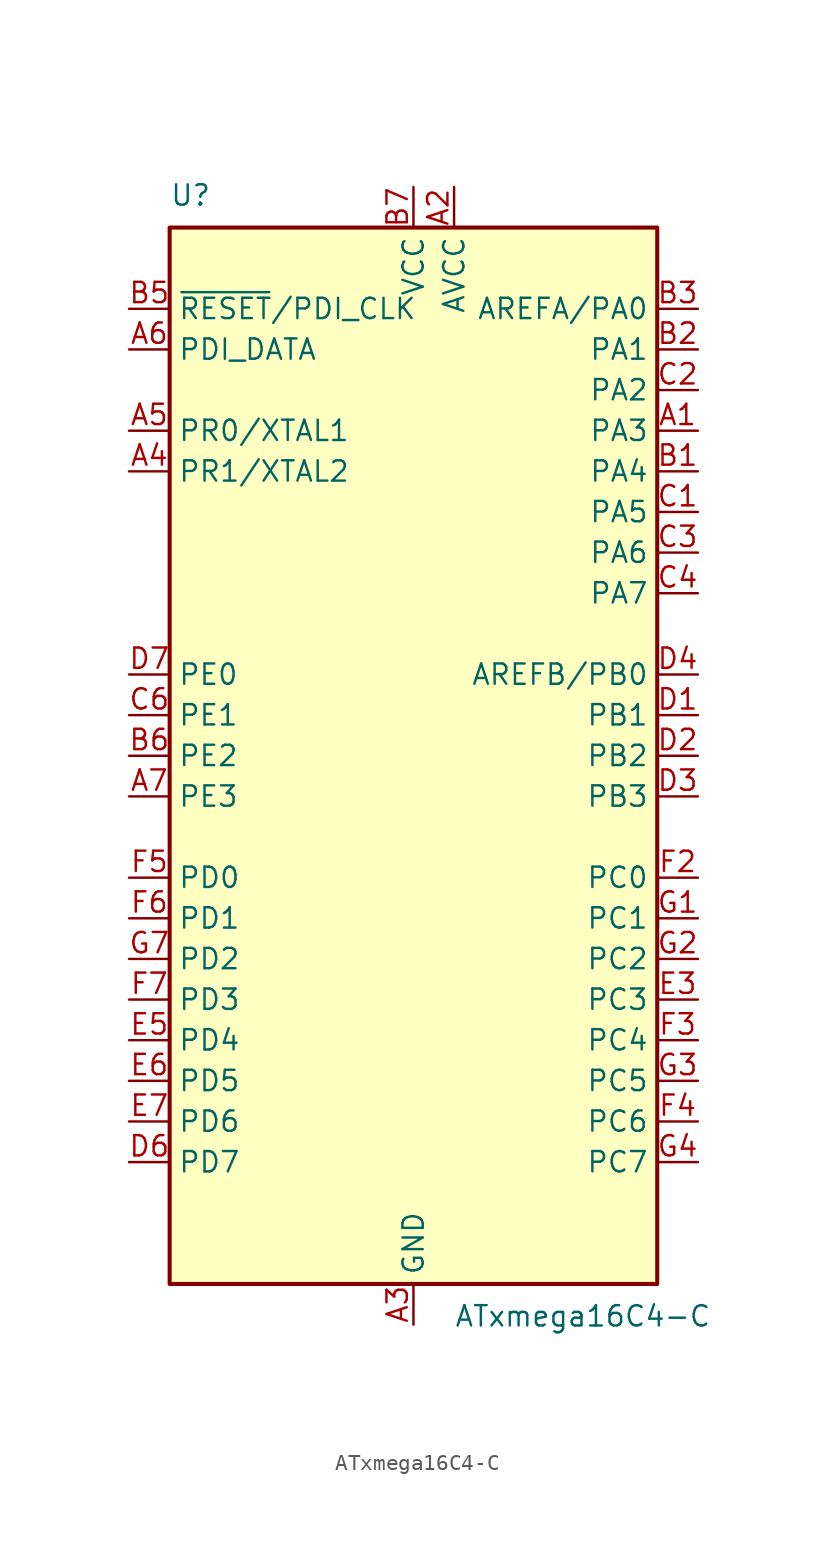
<source format=kicad_sym>
(kicad_symbol_lib
  (version 20220914)
  (generator kicad_symbol_editor)
  (symbol "ATxmega16C4-C"
    (property "Reference" "U"
      (at -15.24 34.29 0)
      (effects (font (size 1.27 1.27)) (justify left bottom)))
    (property "Value" "ATxmega16C4-C"
      (at 2.54 -34.29 0)
      (effects (font (size 1.27 1.27)) (justify left top)))
    (symbol "ATxmega16C4-C_0_1"
      (rectangle (start -15.24 -33.02) (end 15.24 33.02) (stroke (width 0.254) (type default)) (fill (type background))))
    (symbol "ATxmega16C4-C_1_1"
      (pin bidirectional line (at 17.78 20.32 180) (length 2.54) (name "PA3" (effects (font (size 1.27 1.27)))) (number "A1" (effects (font (size 1.27 1.27)))))
      (pin power_in line (at 2.54 35.56 270) (length 2.54) (name "AVCC" (effects (font (size 1.27 1.27)))) (number "A2" (effects (font (size 1.27 1.27)))))
      (pin power_in line (at 0 -35.56 90) (length 2.54) (name "GND" (effects (font (size 1.27 1.27)))) (number "A3" (effects (font (size 1.27 1.27)))))
      (pin bidirectional line (at -17.78 17.78 0) (length 2.54) (name "PR1/XTAL2" (effects (font (size 1.27 1.27)))) (number "A4" (effects (font (size 1.27 1.27)))))
      (pin bidirectional line (at -17.78 20.32 0) (length 2.54) (name "PR0/XTAL1" (effects (font (size 1.27 1.27)))) (number "A5" (effects (font (size 1.27 1.27)))))
      (pin bidirectional line (at -17.78 25.4 0) (length 2.54) (name "PDI_DATA" (effects (font (size 1.27 1.27)))) (number "A6" (effects (font (size 1.27 1.27)))))
      (pin bidirectional line (at -17.78 -2.54 0) (length 2.54) (name "PE3" (effects (font (size 1.27 1.27)))) (number "A7" (effects (font (size 1.27 1.27)))))
      (pin bidirectional line (at 17.78 17.78 180) (length 2.54) (name "PA4" (effects (font (size 1.27 1.27)))) (number "B1" (effects (font (size 1.27 1.27)))))
      (pin bidirectional line (at 17.78 25.4 180) (length 2.54) (name "PA1" (effects (font (size 1.27 1.27)))) (number "B2" (effects (font (size 1.27 1.27)))))
      (pin bidirectional line (at 17.78 27.94 180) (length 2.54) (name "AREFA/PA0" (effects (font (size 1.27 1.27)))) (number "B3" (effects (font (size 1.27 1.27)))))
      (pin passive line (at 0 -35.56 90) (length 2.54) hide (name "GND" (effects (font (size 1.27 1.27)))) (number "B4" (effects (font (size 1.27 1.27)))))
      (pin input line (at -17.78 27.94 0) (length 2.54) (name "~{RESET}/PDI_CLK" (effects (font (size 1.27 1.27)))) (number "B5" (effects (font (size 1.27 1.27)))))
      (pin bidirectional line (at -17.78 0 0) (length 2.54) (name "PE2" (effects (font (size 1.27 1.27)))) (number "B6" (effects (font (size 1.27 1.27)))))
      (pin power_in line (at 0 35.56 270) (length 2.54) (name "VCC" (effects (font (size 1.27 1.27)))) (number "B7" (effects (font (size 1.27 1.27)))))
      (pin bidirectional line (at 17.78 15.24 180) (length 2.54) (name "PA5" (effects (font (size 1.27 1.27)))) (number "C1" (effects (font (size 1.27 1.27)))))
      (pin bidirectional line (at 17.78 22.86 180) (length 2.54) (name "PA2" (effects (font (size 1.27 1.27)))) (number "C2" (effects (font (size 1.27 1.27)))))
      (pin bidirectional line (at 17.78 12.7 180) (length 2.54) (name "PA6" (effects (font (size 1.27 1.27)))) (number "C3" (effects (font (size 1.27 1.27)))))
      (pin bidirectional line (at 17.78 10.16 180) (length 2.54) (name "PA7" (effects (font (size 1.27 1.27)))) (number "C4" (effects (font (size 1.27 1.27)))))
      (pin passive line (at 0 -35.56 90) (length 2.54) hide (name "GND" (effects (font (size 1.27 1.27)))) (number "C5" (effects (font (size 1.27 1.27)))))
      (pin bidirectional line (at -17.78 2.54 0) (length 2.54) (name "PE1" (effects (font (size 1.27 1.27)))) (number "C6" (effects (font (size 1.27 1.27)))))
      (pin passive line (at 0 -35.56 90) (length 2.54) hide (name "GND" (effects (font (size 1.27 1.27)))) (number "C7" (effects (font (size 1.27 1.27)))))
      (pin bidirectional line (at 17.78 2.54 180) (length 2.54) (name "PB1" (effects (font (size 1.27 1.27)))) (number "D1" (effects (font (size 1.27 1.27)))))
      (pin bidirectional line (at 17.78 0 180) (length 2.54) (name "PB2" (effects (font (size 1.27 1.27)))) (number "D2" (effects (font (size 1.27 1.27)))))
      (pin bidirectional line (at 17.78 -2.54 180) (length 2.54) (name "PB3" (effects (font (size 1.27 1.27)))) (number "D3" (effects (font (size 1.27 1.27)))))
      (pin bidirectional line (at 17.78 5.08 180) (length 2.54) (name "AREFB/PB0" (effects (font (size 1.27 1.27)))) (number "D4" (effects (font (size 1.27 1.27)))))
      (pin passive line (at 0 -35.56 90) (length 2.54) hide (name "GND" (effects (font (size 1.27 1.27)))) (number "D5" (effects (font (size 1.27 1.27)))))
      (pin bidirectional line (at -17.78 -25.4 0) (length 2.54) (name "PD7" (effects (font (size 1.27 1.27)))) (number "D6" (effects (font (size 1.27 1.27)))))
      (pin bidirectional line (at -17.78 5.08 0) (length 2.54) (name "PE0" (effects (font (size 1.27 1.27)))) (number "D7" (effects (font (size 1.27 1.27)))))
      (pin passive line (at 0 -35.56 90) (length 2.54) hide (name "GND" (effects (font (size 1.27 1.27)))) (number "E1" (effects (font (size 1.27 1.27)))))
      (pin passive line (at 0 -35.56 90) (length 2.54) hide (name "GND" (effects (font (size 1.27 1.27)))) (number "E2" (effects (font (size 1.27 1.27)))))
      (pin bidirectional line (at 17.78 -15.24 180) (length 2.54) (name "PC3" (effects (font (size 1.27 1.27)))) (number "E3" (effects (font (size 1.27 1.27)))))
      (pin passive line (at 0 -35.56 90) (length 2.54) hide (name "GND" (effects (font (size 1.27 1.27)))) (number "E4" (effects (font (size 1.27 1.27)))))
      (pin bidirectional line (at -17.78 -17.78 0) (length 2.54) (name "PD4" (effects (font (size 1.27 1.27)))) (number "E5" (effects (font (size 1.27 1.27)))))
      (pin bidirectional line (at -17.78 -20.32 0) (length 2.54) (name "PD5" (effects (font (size 1.27 1.27)))) (number "E6" (effects (font (size 1.27 1.27)))))
      (pin bidirectional line (at -17.78 -22.86 0) (length 2.54) (name "PD6" (effects (font (size 1.27 1.27)))) (number "E7" (effects (font (size 1.27 1.27)))))
      (pin passive line (at 0 35.56 270) (length 2.54) hide (name "VCC" (effects (font (size 1.27 1.27)))) (number "F1" (effects (font (size 1.27 1.27)))))
      (pin bidirectional line (at 17.78 -7.62 180) (length 2.54) (name "PC0" (effects (font (size 1.27 1.27)))) (number "F2" (effects (font (size 1.27 1.27)))))
      (pin bidirectional line (at 17.78 -17.78 180) (length 2.54) (name "PC4" (effects (font (size 1.27 1.27)))) (number "F3" (effects (font (size 1.27 1.27)))))
      (pin bidirectional line (at 17.78 -22.86 180) (length 2.54) (name "PC6" (effects (font (size 1.27 1.27)))) (number "F4" (effects (font (size 1.27 1.27)))))
      (pin bidirectional line (at -17.78 -7.62 0) (length 2.54) (name "PD0" (effects (font (size 1.27 1.27)))) (number "F5" (effects (font (size 1.27 1.27)))))
      (pin bidirectional line (at -17.78 -10.16 0) (length 2.54) (name "PD1" (effects (font (size 1.27 1.27)))) (number "F6" (effects (font (size 1.27 1.27)))))
      (pin bidirectional line (at -17.78 -15.24 0) (length 2.54) (name "PD3" (effects (font (size 1.27 1.27)))) (number "F7" (effects (font (size 1.27 1.27)))))
      (pin bidirectional line (at 17.78 -10.16 180) (length 2.54) (name "PC1" (effects (font (size 1.27 1.27)))) (number "G1" (effects (font (size 1.27 1.27)))))
      (pin bidirectional line (at 17.78 -12.7 180) (length 2.54) (name "PC2" (effects (font (size 1.27 1.27)))) (number "G2" (effects (font (size 1.27 1.27)))))
      (pin bidirectional line (at 17.78 -20.32 180) (length 2.54) (name "PC5" (effects (font (size 1.27 1.27)))) (number "G3" (effects (font (size 1.27 1.27)))))
      (pin bidirectional line (at 17.78 -25.4 180) (length 2.54) (name "PC7" (effects (font (size 1.27 1.27)))) (number "G4" (effects (font (size 1.27 1.27)))))
      (pin passive line (at 0 -35.56 90) (length 2.54) hide (name "GND" (effects (font (size 1.27 1.27)))) (number "G5" (effects (font (size 1.27 1.27)))))
      (pin passive line (at 0 35.56 270) (length 2.54) hide (name "VCC" (effects (font (size 1.27 1.27)))) (number "G6" (effects (font (size 1.27 1.27)))))
      (pin bidirectional line (at -17.78 -12.7 0) (length 2.54) (name "PD2" (effects (font (size 1.27 1.27)))) (number "G7" (effects (font (size 1.27 1.27))))))))
</source>
